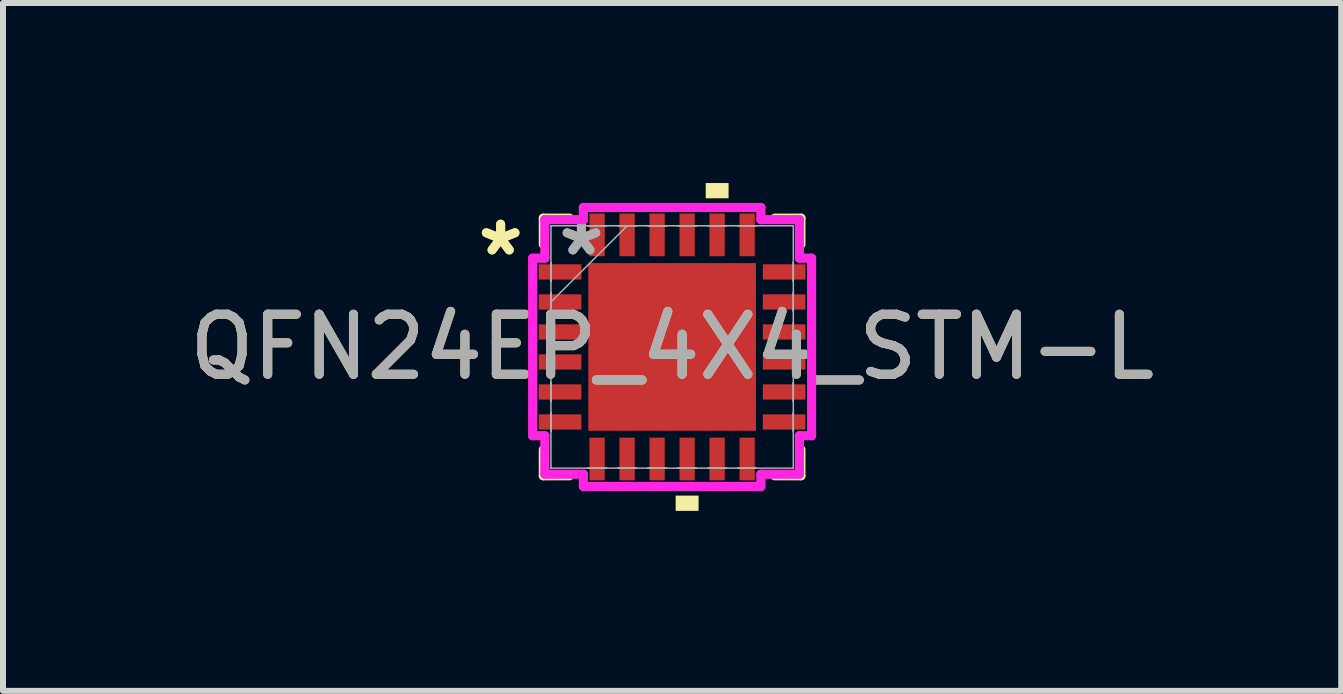
<source format=kicad_pcb>
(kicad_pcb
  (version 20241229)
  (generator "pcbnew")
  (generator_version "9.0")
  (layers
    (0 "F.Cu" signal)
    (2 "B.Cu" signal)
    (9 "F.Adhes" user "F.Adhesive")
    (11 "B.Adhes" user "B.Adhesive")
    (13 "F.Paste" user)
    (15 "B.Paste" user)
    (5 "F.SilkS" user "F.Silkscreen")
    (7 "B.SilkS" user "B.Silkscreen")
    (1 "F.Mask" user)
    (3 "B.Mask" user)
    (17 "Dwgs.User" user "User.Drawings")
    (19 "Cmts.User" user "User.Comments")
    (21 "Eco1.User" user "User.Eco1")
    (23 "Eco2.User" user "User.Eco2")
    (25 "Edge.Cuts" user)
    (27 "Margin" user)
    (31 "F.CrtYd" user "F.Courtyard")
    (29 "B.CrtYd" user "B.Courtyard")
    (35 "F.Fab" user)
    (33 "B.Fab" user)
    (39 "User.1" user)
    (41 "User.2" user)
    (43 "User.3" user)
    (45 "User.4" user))
  (footprint "QFN24EP_4X4_STM-L"
    (layer "F.Cu")
    (at 8.149 2.731)
    (property "Reference" "QFN24EP_4X4_STM-L" (at 0 0 0) (unlocked yes) (layer "F.SilkS") (effects (font (size 1 1) (thickness 0.15))))
    (attr smd)
    (fp_line (start -2.146 -2.146) (end -2.146 -1.71) (stroke (width 0.152) (type solid)) (layer "F.SilkS"))
    (fp_line (start -2.146 1.71) (end -2.146 2.146) (stroke (width 0.152) (type solid)) (layer "F.SilkS"))
    (fp_line (start -2.146 2.146) (end -1.71 2.146) (stroke (width 0.152) (type solid)) (layer "F.SilkS"))
    (fp_line (start -1.71 -2.146) (end -2.146 -2.146) (stroke (width 0.152) (type solid)) (layer "F.SilkS"))
    (fp_line (start 1.71 2.146) (end 2.146 2.146) (stroke (width 0.152) (type solid)) (layer "F.SilkS"))
    (fp_line (start 2.146 -2.146) (end 1.71 -2.146) (stroke (width 0.152) (type solid)) (layer "F.SilkS"))
    (fp_line (start 2.146 -1.71) (end 2.146 -2.146) (stroke (width 0.152) (type solid)) (layer "F.SilkS"))
    (fp_line (start 2.146 2.146) (end 2.146 1.71) (stroke (width 0.152) (type solid)) (layer "F.SilkS"))
    (fp_poly (pts (xy 0.059 2.477) (xy 0.059 2.731) (xy 0.441 2.731) (xy 0.441 2.477)) (stroke (width 0) (type solid)) (fill yes) (layer "F.SilkS"))
    (fp_poly (pts (xy 0.56 -2.477) (xy 0.56 -2.731) (xy 0.941 -2.731) (xy 0.941 -2.477)) (stroke (width 0) (type solid)) (fill yes) (layer "F.SilkS"))
    (fp_poly (pts (xy -1.297 -1.297) (xy -1.297 -0.1) (xy -0.1 -0.1) (xy -0.1 -1.297)) (stroke (width 0) (type solid)) (fill yes) (layer "F.Paste"))
    (fp_poly (pts (xy -1.297 0.1) (xy -1.297 1.297) (xy -0.1 1.297) (xy -0.1 0.1)) (stroke (width 0) (type solid)) (fill yes) (layer "F.Paste"))
    (fp_poly (pts (xy 0.1 -1.297) (xy 0.1 -0.1) (xy 1.297 -0.1) (xy 1.297 -1.297)) (stroke (width 0) (type solid)) (fill yes) (layer "F.Paste"))
    (fp_poly (pts (xy 0.1 0.1) (xy 0.1 1.297) (xy 1.297 1.297) (xy 1.297 0.1)) (stroke (width 0) (type solid)) (fill yes) (layer "F.Paste"))
    (fp_line (start -2.324 -1.479) (end -2.121 -1.479) (stroke (width 0.152) (type solid)) (layer "F.CrtYd"))
    (fp_line (start -2.324 1.479) (end -2.324 -1.479) (stroke (width 0.152) (type solid)) (layer "F.CrtYd"))
    (fp_line (start -2.121 -2.121) (end -1.479 -2.121) (stroke (width 0.152) (type solid)) (layer "F.CrtYd"))
    (fp_line (start -2.121 -1.479) (end -2.121 -2.121) (stroke (width 0.152) (type solid)) (layer "F.CrtYd"))
    (fp_line (start -2.121 1.479) (end -2.324 1.479) (stroke (width 0.152) (type solid)) (layer "F.CrtYd"))
    (fp_line (start -2.121 2.121) (end -2.121 1.479) (stroke (width 0.152) (type solid)) (layer "F.CrtYd"))
    (fp_line (start -1.479 -2.324) (end 1.479 -2.324) (stroke (width 0.152) (type solid)) (layer "F.CrtYd"))
    (fp_line (start -1.479 -2.121) (end -1.479 -2.324) (stroke (width 0.152) (type solid)) (layer "F.CrtYd"))
    (fp_line (start -1.479 2.121) (end -2.121 2.121) (stroke (width 0.152) (type solid)) (layer "F.CrtYd"))
    (fp_line (start -1.479 2.324) (end -1.479 2.121) (stroke (width 0.152) (type solid)) (layer "F.CrtYd"))
    (fp_line (start 1.479 -2.324) (end 1.479 -2.121) (stroke (width 0.152) (type solid)) (layer "F.CrtYd"))
    (fp_line (start 1.479 -2.121) (end 2.121 -2.121) (stroke (width 0.152) (type solid)) (layer "F.CrtYd"))
    (fp_line (start 1.479 2.121) (end 1.479 2.324) (stroke (width 0.152) (type solid)) (layer "F.CrtYd"))
    (fp_line (start 1.479 2.324) (end -1.479 2.324) (stroke (width 0.152) (type solid)) (layer "F.CrtYd"))
    (fp_line (start 2.121 -2.121) (end 2.121 -1.479) (stroke (width 0.152) (type solid)) (layer "F.CrtYd"))
    (fp_line (start 2.121 -1.479) (end 2.324 -1.479) (stroke (width 0.152) (type solid)) (layer "F.CrtYd"))
    (fp_line (start 2.121 1.479) (end 2.121 2.121) (stroke (width 0.152) (type solid)) (layer "F.CrtYd"))
    (fp_line (start 2.121 2.121) (end 1.479 2.121) (stroke (width 0.152) (type solid)) (layer "F.CrtYd"))
    (fp_line (start 2.324 -1.479) (end 2.324 1.479) (stroke (width 0.152) (type solid)) (layer "F.CrtYd"))
    (fp_line (start 2.324 1.479) (end 2.121 1.479) (stroke (width 0.152) (type solid)) (layer "F.CrtYd"))
    (fp_line (start -2.019 -2.019) (end -2.019 -2.019) (stroke (width 0.025) (type solid)) (layer "F.Fab"))
    (fp_line (start -2.019 -2.019) (end -2.019 2.019) (stroke (width 0.025) (type solid)) (layer "F.Fab"))
    (fp_line (start -2.019 -1.402) (end -2.019 -1.402) (stroke (width 0.025) (type solid)) (layer "F.Fab"))
    (fp_line (start -2.019 -1.402) (end -2.019 -1.098) (stroke (width 0.025) (type solid)) (layer "F.Fab"))
    (fp_line (start -2.019 -1.098) (end -2.019 -1.402) (stroke (width 0.025) (type solid)) (layer "F.Fab"))
    (fp_line (start -2.019 -1.098) (end -2.019 -1.098) (stroke (width 0.025) (type solid)) (layer "F.Fab"))
    (fp_line (start -2.019 -0.902) (end -2.019 -0.902) (stroke (width 0.025) (type solid)) (layer "F.Fab"))
    (fp_line (start -2.019 -0.902) (end -2.019 -0.598) (stroke (width 0.025) (type solid)) (layer "F.Fab"))
    (fp_line (start -2.019 -0.749) (end -0.749 -2.019) (stroke (width 0.025) (type solid)) (layer "F.Fab"))
    (fp_line (start -2.019 -0.598) (end -2.019 -0.902) (stroke (width 0.025) (type solid)) (layer "F.Fab"))
    (fp_line (start -2.019 -0.598) (end -2.019 -0.598) (stroke (width 0.025) (type solid)) (layer "F.Fab"))
    (fp_line (start -2.019 -0.402) (end -2.019 -0.402) (stroke (width 0.025) (type solid)) (layer "F.Fab"))
    (fp_line (start -2.019 -0.402) (end -2.019 -0.098) (stroke (width 0.025) (type solid)) (layer "F.Fab"))
    (fp_line (start -2.019 -0.098) (end -2.019 -0.402) (stroke (width 0.025) (type solid)) (layer "F.Fab"))
    (fp_line (start -2.019 -0.098) (end -2.019 -0.098) (stroke (width 0.025) (type solid)) (layer "F.Fab"))
    (fp_line (start -2.019 0.098) (end -2.019 0.098) (stroke (width 0.025) (type solid)) (layer "F.Fab"))
    (fp_line (start -2.019 0.098) (end -2.019 0.402) (stroke (width 0.025) (type solid)) (layer "F.Fab"))
    (fp_line (start -2.019 0.402) (end -2.019 0.098) (stroke (width 0.025) (type solid)) (layer "F.Fab"))
    (fp_line (start -2.019 0.402) (end -2.019 0.402) (stroke (width 0.025) (type solid)) (layer "F.Fab"))
    (fp_line (start -2.019 0.598) (end -2.019 0.598) (stroke (width 0.025) (type solid)) (layer "F.Fab"))
    (fp_line (start -2.019 0.598) (end -2.019 0.902) (stroke (width 0.025) (type solid)) (layer "F.Fab"))
    (fp_line (start -2.019 0.902) (end -2.019 0.598) (stroke (width 0.025) (type solid)) (layer "F.Fab"))
    (fp_line (start -2.019 0.902) (end -2.019 0.902) (stroke (width 0.025) (type solid)) (layer "F.Fab"))
    (fp_line (start -2.019 1.098) (end -2.019 1.098) (stroke (width 0.025) (type solid)) (layer "F.Fab"))
    (fp_line (start -2.019 1.098) (end -2.019 1.402) (stroke (width 0.025) (type solid)) (layer "F.Fab"))
    (fp_line (start -2.019 1.402) (end -2.019 1.098) (stroke (width 0.025) (type solid)) (layer "F.Fab"))
    (fp_line (start -2.019 1.402) (end -2.019 1.402) (stroke (width 0.025) (type solid)) (layer "F.Fab"))
    (fp_line (start -2.019 2.019) (end -2.019 2.019) (stroke (width 0.025) (type solid)) (layer "F.Fab"))
    (fp_line (start -2.019 2.019) (end 2.019 2.019) (stroke (width 0.025) (type solid)) (layer "F.Fab"))
    (fp_line (start -1.402 -2.019) (end -1.402 -2.019) (stroke (width 0.025) (type solid)) (layer "F.Fab"))
    (fp_line (start -1.402 -2.019) (end -1.098 -2.019) (stroke (width 0.025) (type solid)) (layer "F.Fab"))
    (fp_line (start -1.402 2.019) (end -1.402 2.019) (stroke (width 0.025) (type solid)) (layer "F.Fab"))
    (fp_line (start -1.402 2.019) (end -1.098 2.019) (stroke (width 0.025) (type solid)) (layer "F.Fab"))
    (fp_line (start -1.098 -2.019) (end -1.402 -2.019) (stroke (width 0.025) (type solid)) (layer "F.Fab"))
    (fp_line (start -1.098 -2.019) (end -1.098 -2.019) (stroke (width 0.025) (type solid)) (layer "F.Fab"))
    (fp_line (start -1.098 2.019) (end -1.402 2.019) (stroke (width 0.025) (type solid)) (layer "F.Fab"))
    (fp_line (start -1.098 2.019) (end -1.098 2.019) (stroke (width 0.025) (type solid)) (layer "F.Fab"))
    (fp_line (start -0.902 -2.019) (end -0.902 -2.019) (stroke (width 0.025) (type solid)) (layer "F.Fab"))
    (fp_line (start -0.902 -2.019) (end -0.598 -2.019) (stroke (width 0.025) (type solid)) (layer "F.Fab"))
    (fp_line (start -0.902 2.019) (end -0.902 2.019) (stroke (width 0.025) (type solid)) (layer "F.Fab"))
    (fp_line (start -0.902 2.019) (end -0.598 2.019) (stroke (width 0.025) (type solid)) (layer "F.Fab"))
    (fp_line (start -0.598 -2.019) (end -0.902 -2.019) (stroke (width 0.025) (type solid)) (layer "F.Fab"))
    (fp_line (start -0.598 -2.019) (end -0.598 -2.019) (stroke (width 0.025) (type solid)) (layer "F.Fab"))
    (fp_line (start -0.598 2.019) (end -0.902 2.019) (stroke (width 0.025) (type solid)) (layer "F.Fab"))
    (fp_line (start -0.598 2.019) (end -0.598 2.019) (stroke (width 0.025) (type solid)) (layer "F.Fab"))
    (fp_line (start -0.402 -2.019) (end -0.402 -2.019) (stroke (width 0.025) (type solid)) (layer "F.Fab"))
    (fp_line (start -0.402 -2.019) (end -0.098 -2.019) (stroke (width 0.025) (type solid)) (layer "F.Fab"))
    (fp_line (start -0.402 2.019) (end -0.402 2.019) (stroke (width 0.025) (type solid)) (layer "F.Fab"))
    (fp_line (start -0.402 2.019) (end -0.098 2.019) (stroke (width 0.025) (type solid)) (layer "F.Fab"))
    (fp_line (start -0.098 -2.019) (end -0.402 -2.019) (stroke (width 0.025) (type solid)) (layer "F.Fab"))
    (fp_line (start -0.098 -2.019) (end -0.098 -2.019) (stroke (width 0.025) (type solid)) (layer "F.Fab"))
    (fp_line (start -0.098 2.019) (end -0.402 2.019) (stroke (width 0.025) (type solid)) (layer "F.Fab"))
    (fp_line (start -0.098 2.019) (end -0.098 2.019) (stroke (width 0.025) (type solid)) (layer "F.Fab"))
    (fp_line (start 0.098 -2.019) (end 0.098 -2.019) (stroke (width 0.025) (type solid)) (layer "F.Fab"))
    (fp_line (start 0.098 -2.019) (end 0.402 -2.019) (stroke (width 0.025) (type solid)) (layer "F.Fab"))
    (fp_line (start 0.098 2.019) (end 0.098 2.019) (stroke (width 0.025) (type solid)) (layer "F.Fab"))
    (fp_line (start 0.098 2.019) (end 0.402 2.019) (stroke (width 0.025) (type solid)) (layer "F.Fab"))
    (fp_line (start 0.402 -2.019) (end 0.098 -2.019) (stroke (width 0.025) (type solid)) (layer "F.Fab"))
    (fp_line (start 0.402 -2.019) (end 0.402 -2.019) (stroke (width 0.025) (type solid)) (layer "F.Fab"))
    (fp_line (start 0.402 2.019) (end 0.098 2.019) (stroke (width 0.025) (type solid)) (layer "F.Fab"))
    (fp_line (start 0.402 2.019) (end 0.402 2.019) (stroke (width 0.025) (type solid)) (layer "F.Fab"))
    (fp_line (start 0.598 -2.019) (end 0.598 -2.019) (stroke (width 0.025) (type solid)) (layer "F.Fab"))
    (fp_line (start 0.598 -2.019) (end 0.902 -2.019) (stroke (width 0.025) (type solid)) (layer "F.Fab"))
    (fp_line (start 0.598 2.019) (end 0.598 2.019) (stroke (width 0.025) (type solid)) (layer "F.Fab"))
    (fp_line (start 0.598 2.019) (end 0.902 2.019) (stroke (width 0.025) (type solid)) (layer "F.Fab"))
    (fp_line (start 0.902 -2.019) (end 0.598 -2.019) (stroke (width 0.025) (type solid)) (layer "F.Fab"))
    (fp_line (start 0.902 -2.019) (end 0.902 -2.019) (stroke (width 0.025) (type solid)) (layer "F.Fab"))
    (fp_line (start 0.902 2.019) (end 0.598 2.019) (stroke (width 0.025) (type solid)) (layer "F.Fab"))
    (fp_line (start 0.902 2.019) (end 0.902 2.019) (stroke (width 0.025) (type solid)) (layer "F.Fab"))
    (fp_line (start 1.098 -2.019) (end 1.098 -2.019) (stroke (width 0.025) (type solid)) (layer "F.Fab"))
    (fp_line (start 1.098 -2.019) (end 1.402 -2.019) (stroke (width 0.025) (type solid)) (layer "F.Fab"))
    (fp_line (start 1.098 2.019) (end 1.098 2.019) (stroke (width 0.025) (type solid)) (layer "F.Fab"))
    (fp_line (start 1.098 2.019) (end 1.402 2.019) (stroke (width 0.025) (type solid)) (layer "F.Fab"))
    (fp_line (start 1.402 -2.019) (end 1.098 -2.019) (stroke (width 0.025) (type solid)) (layer "F.Fab"))
    (fp_line (start 1.402 -2.019) (end 1.402 -2.019) (stroke (width 0.025) (type solid)) (layer "F.Fab"))
    (fp_line (start 1.402 2.019) (end 1.098 2.019) (stroke (width 0.025) (type solid)) (layer "F.Fab"))
    (fp_line (start 1.402 2.019) (end 1.402 2.019) (stroke (width 0.025) (type solid)) (layer "F.Fab"))
    (fp_line (start 2.019 -2.019) (end -2.019 -2.019) (stroke (width 0.025) (type solid)) (layer "F.Fab"))
    (fp_line (start 2.019 -2.019) (end 2.019 -2.019) (stroke (width 0.025) (type solid)) (layer "F.Fab"))
    (fp_line (start 2.019 -1.402) (end 2.019 -1.402) (stroke (width 0.025) (type solid)) (layer "F.Fab"))
    (fp_line (start 2.019 -1.402) (end 2.019 -1.098) (stroke (width 0.025) (type solid)) (layer "F.Fab"))
    (fp_line (start 2.019 -1.098) (end 2.019 -1.402) (stroke (width 0.025) (type solid)) (layer "F.Fab"))
    (fp_line (start 2.019 -1.098) (end 2.019 -1.098) (stroke (width 0.025) (type solid)) (layer "F.Fab"))
    (fp_line (start 2.019 -0.902) (end 2.019 -0.902) (stroke (width 0.025) (type solid)) (layer "F.Fab"))
    (fp_line (start 2.019 -0.902) (end 2.019 -0.598) (stroke (width 0.025) (type solid)) (layer "F.Fab"))
    (fp_line (start 2.019 -0.598) (end 2.019 -0.902) (stroke (width 0.025) (type solid)) (layer "F.Fab"))
    (fp_line (start 2.019 -0.598) (end 2.019 -0.598) (stroke (width 0.025) (type solid)) (layer "F.Fab"))
    (fp_line (start 2.019 -0.402) (end 2.019 -0.402) (stroke (width 0.025) (type solid)) (layer "F.Fab"))
    (fp_line (start 2.019 -0.402) (end 2.019 -0.098) (stroke (width 0.025) (type solid)) (layer "F.Fab"))
    (fp_line (start 2.019 -0.098) (end 2.019 -0.402) (stroke (width 0.025) (type solid)) (layer "F.Fab"))
    (fp_line (start 2.019 -0.098) (end 2.019 -0.098) (stroke (width 0.025) (type solid)) (layer "F.Fab"))
    (fp_line (start 2.019 0.098) (end 2.019 0.098) (stroke (width 0.025) (type solid)) (layer "F.Fab"))
    (fp_line (start 2.019 0.098) (end 2.019 0.402) (stroke (width 0.025) (type solid)) (layer "F.Fab"))
    (fp_line (start 2.019 0.402) (end 2.019 0.098) (stroke (width 0.025) (type solid)) (layer "F.Fab"))
    (fp_line (start 2.019 0.402) (end 2.019 0.402) (stroke (width 0.025) (type solid)) (layer "F.Fab"))
    (fp_line (start 2.019 0.598) (end 2.019 0.598) (stroke (width 0.025) (type solid)) (layer "F.Fab"))
    (fp_line (start 2.019 0.598) (end 2.019 0.902) (stroke (width 0.025) (type solid)) (layer "F.Fab"))
    (fp_line (start 2.019 0.902) (end 2.019 0.598) (stroke (width 0.025) (type solid)) (layer "F.Fab"))
    (fp_line (start 2.019 0.902) (end 2.019 0.902) (stroke (width 0.025) (type solid)) (layer "F.Fab"))
    (fp_line (start 2.019 1.098) (end 2.019 1.098) (stroke (width 0.025) (type solid)) (layer "F.Fab"))
    (fp_line (start 2.019 1.098) (end 2.019 1.402) (stroke (width 0.025) (type solid)) (layer "F.Fab"))
    (fp_line (start 2.019 1.402) (end 2.019 1.098) (stroke (width 0.025) (type solid)) (layer "F.Fab"))
    (fp_line (start 2.019 1.402) (end 2.019 1.402) (stroke (width 0.025) (type solid)) (layer "F.Fab"))
    (fp_line (start 2.019 2.019) (end 2.019 -2.019) (stroke (width 0.025) (type solid)) (layer "F.Fab"))
    (fp_line (start 2.019 2.019) (end 2.019 2.019) (stroke (width 0.025) (type solid)) (layer "F.Fab"))
    (fp_text user "*" (at -2.857 -1.5 0) (unlocked yes) (layer "F.SilkS") (effects (font (size 1 1) (thickness 0.15))))
    (fp_text user "*" (at -2.857 -1.5 0) (layer "F.SilkS") (effects (font (size 1 1) (thickness 0.15))))
    (fp_text user "*" (at -1.511 -1.5 0) (unlocked yes) (layer "F.Fab") (effects (font (size 1 1) (thickness 0.15))))
    (fp_text user "${REFERENCE}" (at 0 0 0) (unlocked yes) (layer "F.Fab") (effects (font (size 1 1) (thickness 0.15))))
    (fp_text user "*" (at -1.511 -1.5 0) (layer "F.Fab") (effects (font (size 1 1) (thickness 0.15))))
    (pad "1" smd rect (at -1.867 -1.25 90) (size 0.254 0.711) (layers "F.Cu" "F.Mask" "F.Paste"))
    (pad "2" smd rect (at -1.867 -0.75 90) (size 0.254 0.711) (layers "F.Cu" "F.Mask" "F.Paste"))
    (pad "3" smd rect (at -1.867 -0.25 90) (size 0.254 0.711) (layers "F.Cu" "F.Mask" "F.Paste"))
    (pad "4" smd rect (at -1.867 0.25 90) (size 0.254 0.711) (layers "F.Cu" "F.Mask" "F.Paste"))
    (pad "5" smd rect (at -1.867 0.75 90) (size 0.254 0.711) (layers "F.Cu" "F.Mask" "F.Paste"))
    (pad "6" smd rect (at -1.867 1.25 90) (size 0.254 0.711) (layers "F.Cu" "F.Mask" "F.Paste"))
    (pad "7" smd rect (at -1.25 1.867) (size 0.254 0.711) (layers "F.Cu" "F.Mask" "F.Paste"))
    (pad "8" smd rect (at -0.75 1.867) (size 0.254 0.711) (layers "F.Cu" "F.Mask" "F.Paste"))
    (pad "9" smd rect (at -0.25 1.867) (size 0.254 0.711) (layers "F.Cu" "F.Mask" "F.Paste"))
    (pad "10" smd rect (at 0.25 1.867) (size 0.254 0.711) (layers "F.Cu" "F.Mask" "F.Paste"))
    (pad "11" smd rect (at 0.75 1.867) (size 0.254 0.711) (layers "F.Cu" "F.Mask" "F.Paste"))
    (pad "12" smd rect (at 1.25 1.867) (size 0.254 0.711) (layers "F.Cu" "F.Mask" "F.Paste"))
    (pad "13" smd rect (at 1.867 1.25 90) (size 0.254 0.711) (layers "F.Cu" "F.Mask" "F.Paste"))
    (pad "14" smd rect (at 1.867 0.75 90) (size 0.254 0.711) (layers "F.Cu" "F.Mask" "F.Paste"))
    (pad "15" smd rect (at 1.867 0.25 90) (size 0.254 0.711) (layers "F.Cu" "F.Mask" "F.Paste"))
    (pad "16" smd rect (at 1.867 -0.25 90) (size 0.254 0.711) (layers "F.Cu" "F.Mask" "F.Paste"))
    (pad "17" smd rect (at 1.867 -0.75 90) (size 0.254 0.711) (layers "F.Cu" "F.Mask" "F.Paste"))
    (pad "18" smd rect (at 1.867 -1.25 90) (size 0.254 0.711) (layers "F.Cu" "F.Mask" "F.Paste"))
    (pad "19" smd rect (at 1.25 -1.867) (size 0.254 0.711) (layers "F.Cu" "F.Mask" "F.Paste"))
    (pad "20" smd rect (at 0.75 -1.867) (size 0.254 0.711) (layers "F.Cu" "F.Mask" "F.Paste"))
    (pad "21" smd rect (at 0.25 -1.867) (size 0.254 0.711) (layers "F.Cu" "F.Mask" "F.Paste"))
    (pad "22" smd rect (at -0.25 -1.867) (size 0.254 0.711) (layers "F.Cu" "F.Mask" "F.Paste"))
    (pad "23" smd rect (at -0.75 -1.867) (size 0.254 0.711) (layers "F.Cu" "F.Mask" "F.Paste"))
    (pad "24" smd rect (at -1.25 -1.867) (size 0.254 0.711) (layers "F.Cu" "F.Mask" "F.Paste"))
    (pad "25" smd rect (at 0 0) (size 2.794 2.794) (layers "F.Cu" "F.Mask" "F.Paste")))
  (gr_rect
    (start -3 -3)
    (end 19.298 8.461)
    (stroke (width 0.1) (type default))
    (fill no)
    (layer "Edge.Cuts")))
</source>
